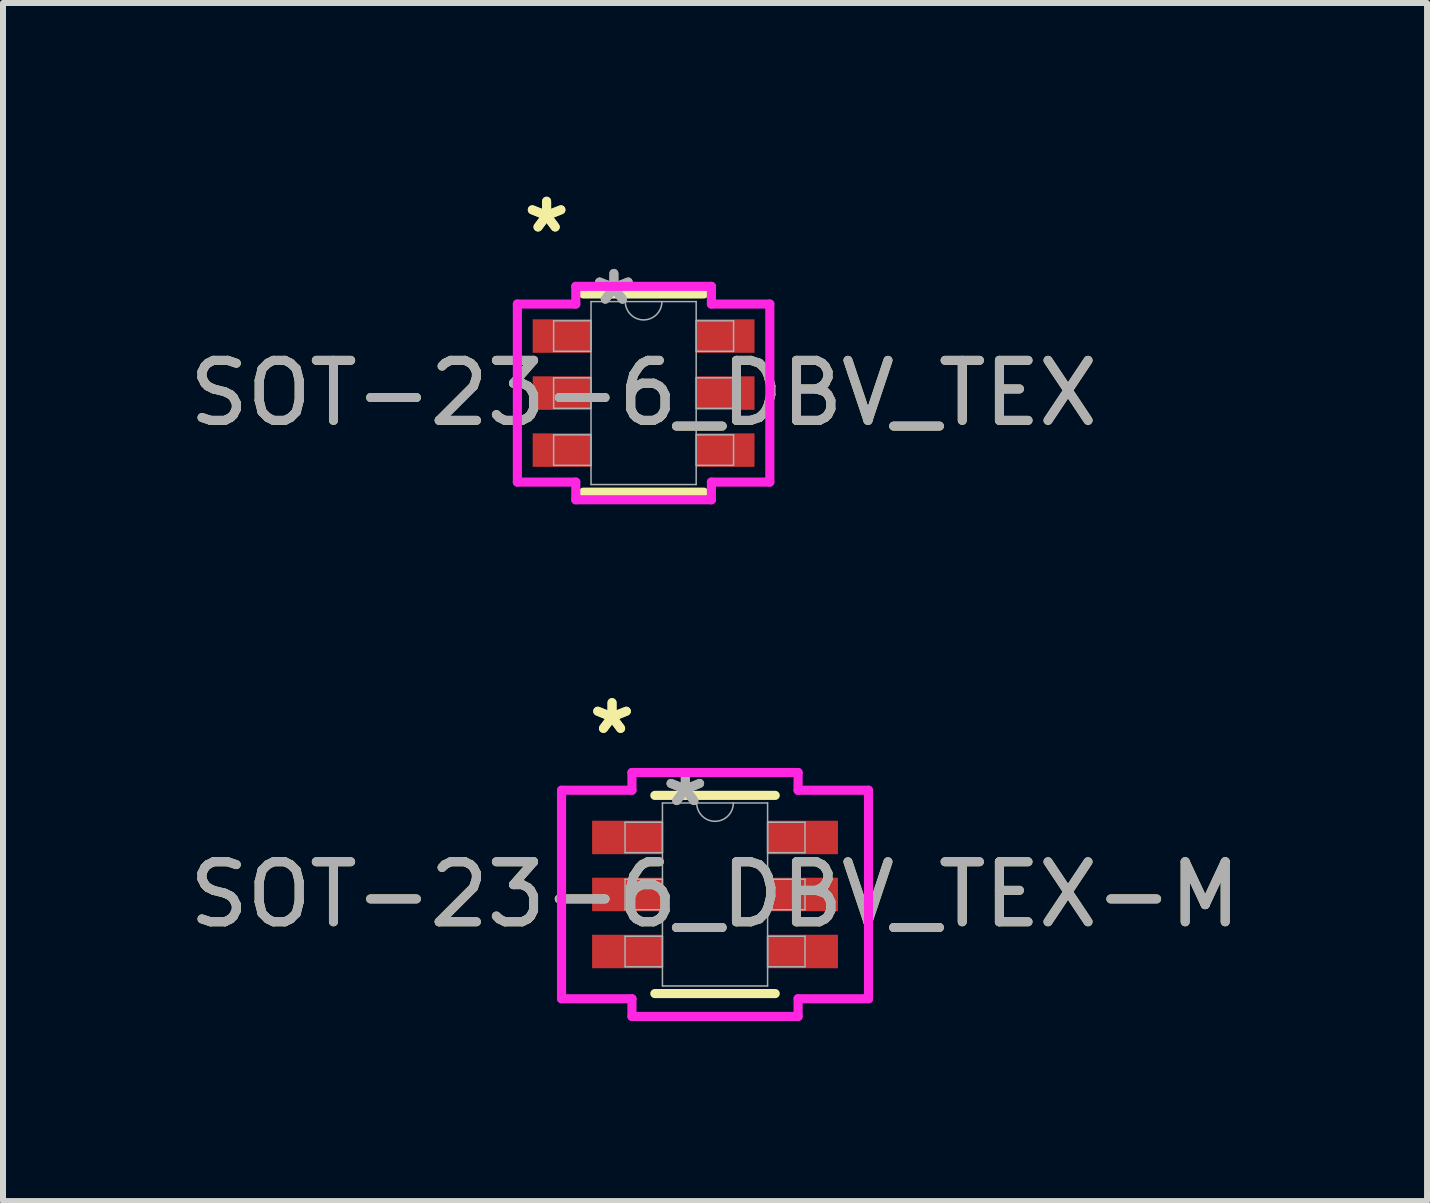
<source format=kicad_pcb>
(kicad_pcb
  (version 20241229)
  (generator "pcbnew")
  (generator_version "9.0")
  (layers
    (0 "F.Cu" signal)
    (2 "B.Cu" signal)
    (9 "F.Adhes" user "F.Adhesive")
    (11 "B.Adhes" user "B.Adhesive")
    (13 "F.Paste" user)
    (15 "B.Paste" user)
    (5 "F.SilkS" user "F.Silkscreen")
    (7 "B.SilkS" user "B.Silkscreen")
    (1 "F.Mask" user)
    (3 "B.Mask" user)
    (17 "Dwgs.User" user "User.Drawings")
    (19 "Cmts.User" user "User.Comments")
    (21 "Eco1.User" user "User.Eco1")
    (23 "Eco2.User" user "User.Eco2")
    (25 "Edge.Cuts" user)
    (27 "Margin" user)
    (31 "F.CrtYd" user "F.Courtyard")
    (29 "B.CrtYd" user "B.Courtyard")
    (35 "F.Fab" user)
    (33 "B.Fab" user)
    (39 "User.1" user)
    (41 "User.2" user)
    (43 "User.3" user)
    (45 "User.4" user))
  (footprint "SOT-23-6_DBV_TEX"
    (layer "F.Cu")
    (at 7.673 3.499)
    (property "Reference" "SOT-23-6_DBV_TEX" (at 0 0 0) (unlocked yes) (layer "F.SilkS") (effects (font (size 1 1) (thickness 0.15))))
    (attr smd)
    (fp_line (start -1.003 1.651) (end 1.003 1.651) (stroke (width 0.152) (type solid)) (layer "F.SilkS"))
    (fp_line (start 1.003 -1.651) (end -1.003 -1.651) (stroke (width 0.152) (type solid)) (layer "F.SilkS"))
    (fp_line (start -2.103 -1.483) (end -1.13 -1.483) (stroke (width 0.152) (type solid)) (layer "F.CrtYd"))
    (fp_line (start -2.103 1.483) (end -2.103 -1.483) (stroke (width 0.152) (type solid)) (layer "F.CrtYd"))
    (fp_line (start -2.103 1.483) (end -1.13 1.483) (stroke (width 0.152) (type solid)) (layer "F.CrtYd"))
    (fp_line (start -1.13 -1.778) (end 1.13 -1.778) (stroke (width 0.152) (type solid)) (layer "F.CrtYd"))
    (fp_line (start -1.13 -1.483) (end -1.13 -1.778) (stroke (width 0.152) (type solid)) (layer "F.CrtYd"))
    (fp_line (start -1.13 1.778) (end -1.13 1.483) (stroke (width 0.152) (type solid)) (layer "F.CrtYd"))
    (fp_line (start 1.13 -1.778) (end 1.13 -1.483) (stroke (width 0.152) (type solid)) (layer "F.CrtYd"))
    (fp_line (start 1.13 1.483) (end 1.13 1.778) (stroke (width 0.152) (type solid)) (layer "F.CrtYd"))
    (fp_line (start 1.13 1.778) (end -1.13 1.778) (stroke (width 0.152) (type solid)) (layer "F.CrtYd"))
    (fp_line (start 2.103 -1.483) (end 1.13 -1.483) (stroke (width 0.152) (type solid)) (layer "F.CrtYd"))
    (fp_line (start 2.103 -1.483) (end 2.103 1.483) (stroke (width 0.152) (type solid)) (layer "F.CrtYd"))
    (fp_line (start 2.103 1.483) (end 1.13 1.483) (stroke (width 0.152) (type solid)) (layer "F.CrtYd"))
    (fp_line (start -1.499 -1.204) (end -1.499 -0.696) (stroke (width 0.025) (type solid)) (layer "F.Fab"))
    (fp_line (start -1.499 -0.696) (end -0.876 -0.696) (stroke (width 0.025) (type solid)) (layer "F.Fab"))
    (fp_line (start -1.499 -0.254) (end -1.499 0.254) (stroke (width 0.025) (type solid)) (layer "F.Fab"))
    (fp_line (start -1.499 0.254) (end -0.876 0.254) (stroke (width 0.025) (type solid)) (layer "F.Fab"))
    (fp_line (start -1.499 0.696) (end -1.499 1.204) (stroke (width 0.025) (type solid)) (layer "F.Fab"))
    (fp_line (start -1.499 1.204) (end -0.876 1.204) (stroke (width 0.025) (type solid)) (layer "F.Fab"))
    (fp_line (start -0.876 -1.524) (end -0.876 1.524) (stroke (width 0.025) (type solid)) (layer "F.Fab"))
    (fp_line (start -0.876 -1.204) (end -1.499 -1.204) (stroke (width 0.025) (type solid)) (layer "F.Fab"))
    (fp_line (start -0.876 -0.696) (end -0.876 -1.204) (stroke (width 0.025) (type solid)) (layer "F.Fab"))
    (fp_line (start -0.876 -0.254) (end -1.499 -0.254) (stroke (width 0.025) (type solid)) (layer "F.Fab"))
    (fp_line (start -0.876 0.254) (end -0.876 -0.254) (stroke (width 0.025) (type solid)) (layer "F.Fab"))
    (fp_line (start -0.876 0.696) (end -1.499 0.696) (stroke (width 0.025) (type solid)) (layer "F.Fab"))
    (fp_line (start -0.876 1.204) (end -0.876 0.696) (stroke (width 0.025) (type solid)) (layer "F.Fab"))
    (fp_line (start -0.876 1.524) (end 0.876 1.524) (stroke (width 0.025) (type solid)) (layer "F.Fab"))
    (fp_line (start 0.876 -1.524) (end -0.876 -1.524) (stroke (width 0.025) (type solid)) (layer "F.Fab"))
    (fp_line (start 0.876 -1.204) (end 0.876 -0.696) (stroke (width 0.025) (type solid)) (layer "F.Fab"))
    (fp_line (start 0.876 -0.696) (end 1.499 -0.696) (stroke (width 0.025) (type solid)) (layer "F.Fab"))
    (fp_line (start 0.876 -0.254) (end 0.876 0.254) (stroke (width 0.025) (type solid)) (layer "F.Fab"))
    (fp_line (start 0.876 0.254) (end 1.499 0.254) (stroke (width 0.025) (type solid)) (layer "F.Fab"))
    (fp_line (start 0.876 0.696) (end 0.876 1.204) (stroke (width 0.025) (type solid)) (layer "F.Fab"))
    (fp_line (start 0.876 1.204) (end 1.499 1.204) (stroke (width 0.025) (type solid)) (layer "F.Fab"))
    (fp_line (start 0.876 1.524) (end 0.876 -1.524) (stroke (width 0.025) (type solid)) (layer "F.Fab"))
    (fp_line (start 1.499 -1.204) (end 0.876 -1.204) (stroke (width 0.025) (type solid)) (layer "F.Fab"))
    (fp_line (start 1.499 -0.696) (end 1.499 -1.204) (stroke (width 0.025) (type solid)) (layer "F.Fab"))
    (fp_line (start 1.499 -0.254) (end 0.876 -0.254) (stroke (width 0.025) (type solid)) (layer "F.Fab"))
    (fp_line (start 1.499 0.254) (end 1.499 -0.254) (stroke (width 0.025) (type solid)) (layer "F.Fab"))
    (fp_line (start 1.499 0.696) (end 0.876 0.696) (stroke (width 0.025) (type solid)) (layer "F.Fab"))
    (fp_line (start 1.499 1.204) (end 1.499 0.696) (stroke (width 0.025) (type solid)) (layer "F.Fab"))
    (fp_arc (start 0.3048 -1.524) (mid 0 -1.2192) (end -0.3048 -1.524) (stroke (width 0.0254) (type solid)) (layer "F.Fab"))
    (fp_text user "*" (at -1.616 -2.651 0) (layer "F.SilkS") (effects (font (size 1 1) (thickness 0.15))))
    (fp_text user "*" (at -1.616 -2.651 0) (unlocked yes) (layer "F.SilkS") (effects (font (size 1 1) (thickness 0.15))))
    (fp_text user "${REFERENCE}" (at 0 0 0) (unlocked yes) (layer "F.Fab") (effects (font (size 1 1) (thickness 0.15))))
    (fp_text user "*" (at -0.495 -1.448 0) (layer "F.Fab") (effects (font (size 1 1) (thickness 0.15))))
    (fp_text user "*" (at -0.495 -1.448 0) (unlocked yes) (layer "F.Fab") (effects (font (size 1 1) (thickness 0.15))))
    (pad "1" smd rect (at -1.362 -0.95) (size 0.972 0.558) (layers "F.Cu" "F.Mask" "F.Paste"))
    (pad "2" smd rect (at -1.362 0) (size 0.972 0.558) (layers "F.Cu" "F.Mask" "F.Paste"))
    (pad "3" smd rect (at -1.362 0.95) (size 0.972 0.558) (layers "F.Cu" "F.Mask" "F.Paste"))
    (pad "4" smd rect (at 1.362 0.95) (size 0.972 0.558) (layers "F.Cu" "F.Mask" "F.Paste"))
    (pad "5" smd rect (at 1.362 0) (size 0.972 0.558) (layers "F.Cu" "F.Mask" "F.Paste"))
    (pad "6" smd rect (at 1.362 -0.95) (size 0.972 0.558) (layers "F.Cu" "F.Mask" "F.Paste")))
  (footprint "SOT-23-6_DBV_TEX-M"
    (layer "F.Cu")
    (at 8.863 11.853)
    (property "Reference" "SOT-23-6_DBV_TEX-M" (at 0 0 0) (unlocked yes) (layer "F.SilkS") (effects (font (size 1 1) (thickness 0.15))))
    (attr smd)
    (fp_line (start -1.003 1.651) (end 1.003 1.651) (stroke (width 0.152) (type solid)) (layer "F.SilkS"))
    (fp_line (start 1.003 -1.651) (end -1.003 -1.651) (stroke (width 0.152) (type solid)) (layer "F.SilkS"))
    (fp_line (start -2.557 -1.737) (end -1.384 -1.737) (stroke (width 0.152) (type solid)) (layer "F.CrtYd"))
    (fp_line (start -2.557 1.737) (end -2.557 -1.737) (stroke (width 0.152) (type solid)) (layer "F.CrtYd"))
    (fp_line (start -2.557 1.737) (end -1.384 1.737) (stroke (width 0.152) (type solid)) (layer "F.CrtYd"))
    (fp_line (start -1.384 -2.032) (end 1.384 -2.032) (stroke (width 0.152) (type solid)) (layer "F.CrtYd"))
    (fp_line (start -1.384 -1.737) (end -1.384 -2.032) (stroke (width 0.152) (type solid)) (layer "F.CrtYd"))
    (fp_line (start -1.384 2.032) (end -1.384 1.737) (stroke (width 0.152) (type solid)) (layer "F.CrtYd"))
    (fp_line (start 1.384 -2.032) (end 1.384 -1.737) (stroke (width 0.152) (type solid)) (layer "F.CrtYd"))
    (fp_line (start 1.384 1.737) (end 1.384 2.032) (stroke (width 0.152) (type solid)) (layer "F.CrtYd"))
    (fp_line (start 1.384 2.032) (end -1.384 2.032) (stroke (width 0.152) (type solid)) (layer "F.CrtYd"))
    (fp_line (start 2.557 -1.737) (end 1.384 -1.737) (stroke (width 0.152) (type solid)) (layer "F.CrtYd"))
    (fp_line (start 2.557 -1.737) (end 2.557 1.737) (stroke (width 0.152) (type solid)) (layer "F.CrtYd"))
    (fp_line (start 2.557 1.737) (end 1.384 1.737) (stroke (width 0.152) (type solid)) (layer "F.CrtYd"))
    (fp_line (start -1.499 -1.204) (end -1.499 -0.696) (stroke (width 0.025) (type solid)) (layer "F.Fab"))
    (fp_line (start -1.499 -0.696) (end -0.876 -0.696) (stroke (width 0.025) (type solid)) (layer "F.Fab"))
    (fp_line (start -1.499 -0.254) (end -1.499 0.254) (stroke (width 0.025) (type solid)) (layer "F.Fab"))
    (fp_line (start -1.499 0.254) (end -0.876 0.254) (stroke (width 0.025) (type solid)) (layer "F.Fab"))
    (fp_line (start -1.499 0.696) (end -1.499 1.204) (stroke (width 0.025) (type solid)) (layer "F.Fab"))
    (fp_line (start -1.499 1.204) (end -0.876 1.204) (stroke (width 0.025) (type solid)) (layer "F.Fab"))
    (fp_line (start -0.876 -1.524) (end -0.876 1.524) (stroke (width 0.025) (type solid)) (layer "F.Fab"))
    (fp_line (start -0.876 -1.204) (end -1.499 -1.204) (stroke (width 0.025) (type solid)) (layer "F.Fab"))
    (fp_line (start -0.876 -0.696) (end -0.876 -1.204) (stroke (width 0.025) (type solid)) (layer "F.Fab"))
    (fp_line (start -0.876 -0.254) (end -1.499 -0.254) (stroke (width 0.025) (type solid)) (layer "F.Fab"))
    (fp_line (start -0.876 0.254) (end -0.876 -0.254) (stroke (width 0.025) (type solid)) (layer "F.Fab"))
    (fp_line (start -0.876 0.696) (end -1.499 0.696) (stroke (width 0.025) (type solid)) (layer "F.Fab"))
    (fp_line (start -0.876 1.204) (end -0.876 0.696) (stroke (width 0.025) (type solid)) (layer "F.Fab"))
    (fp_line (start -0.876 1.524) (end 0.876 1.524) (stroke (width 0.025) (type solid)) (layer "F.Fab"))
    (fp_line (start 0.876 -1.524) (end -0.876 -1.524) (stroke (width 0.025) (type solid)) (layer "F.Fab"))
    (fp_line (start 0.876 -1.204) (end 0.876 -0.696) (stroke (width 0.025) (type solid)) (layer "F.Fab"))
    (fp_line (start 0.876 -0.696) (end 1.499 -0.696) (stroke (width 0.025) (type solid)) (layer "F.Fab"))
    (fp_line (start 0.876 -0.254) (end 0.876 0.254) (stroke (width 0.025) (type solid)) (layer "F.Fab"))
    (fp_line (start 0.876 0.254) (end 1.499 0.254) (stroke (width 0.025) (type solid)) (layer "F.Fab"))
    (fp_line (start 0.876 0.696) (end 0.876 1.204) (stroke (width 0.025) (type solid)) (layer "F.Fab"))
    (fp_line (start 0.876 1.204) (end 1.499 1.204) (stroke (width 0.025) (type solid)) (layer "F.Fab"))
    (fp_line (start 0.876 1.524) (end 0.876 -1.524) (stroke (width 0.025) (type solid)) (layer "F.Fab"))
    (fp_line (start 1.499 -1.204) (end 0.876 -1.204) (stroke (width 0.025) (type solid)) (layer "F.Fab"))
    (fp_line (start 1.499 -0.696) (end 1.499 -1.204) (stroke (width 0.025) (type solid)) (layer "F.Fab"))
    (fp_line (start 1.499 -0.254) (end 0.876 -0.254) (stroke (width 0.025) (type solid)) (layer "F.Fab"))
    (fp_line (start 1.499 0.254) (end 1.499 -0.254) (stroke (width 0.025) (type solid)) (layer "F.Fab"))
    (fp_line (start 1.499 0.696) (end 0.876 0.696) (stroke (width 0.025) (type solid)) (layer "F.Fab"))
    (fp_line (start 1.499 1.204) (end 1.499 0.696) (stroke (width 0.025) (type solid)) (layer "F.Fab"))
    (fp_arc (start 0.3048 -1.524) (mid 0 -1.2192) (end -0.3048 -1.524) (stroke (width 0.0254) (type solid)) (layer "F.Fab"))
    (fp_text user "*" (at -1.716 -2.651 0) (unlocked yes) (layer "F.SilkS") (effects (font (size 1 1) (thickness 0.15))))
    (fp_text user "*" (at -1.716 -2.651 0) (layer "F.SilkS") (effects (font (size 1 1) (thickness 0.15))))
    (fp_text user "${REFERENCE}" (at 0 0 0) (unlocked yes) (layer "F.Fab") (effects (font (size 1 1) (thickness 0.15))))
    (fp_text user "*" (at -0.495 -1.448 0) (unlocked yes) (layer "F.Fab") (effects (font (size 1 1) (thickness 0.15))))
    (fp_text user "*" (at -0.495 -1.448 0) (layer "F.Fab") (effects (font (size 1 1) (thickness 0.15))))
    (pad "1" smd rect (at -1.462 -0.95) (size 1.172 0.558) (layers "F.Cu" "F.Mask" "F.Paste"))
    (pad "2" smd rect (at -1.462 0) (size 1.172 0.558) (layers "F.Cu" "F.Mask" "F.Paste"))
    (pad "3" smd rect (at -1.462 0.95) (size 1.172 0.558) (layers "F.Cu" "F.Mask" "F.Paste"))
    (pad "4" smd rect (at 1.462 0.95) (size 1.172 0.558) (layers "F.Cu" "F.Mask" "F.Paste"))
    (pad "5" smd rect (at 1.462 0) (size 1.172 0.558) (layers "F.Cu" "F.Mask" "F.Paste"))
    (pad "6" smd rect (at 1.462 -0.95) (size 1.172 0.558) (layers "F.Cu" "F.Mask" "F.Paste")))
  (gr_rect
    (start -3 -3)
    (end 20.726 16.961)
    (stroke (width 0.1) (type default))
    (fill no)
    (layer "Edge.Cuts")))
</source>
